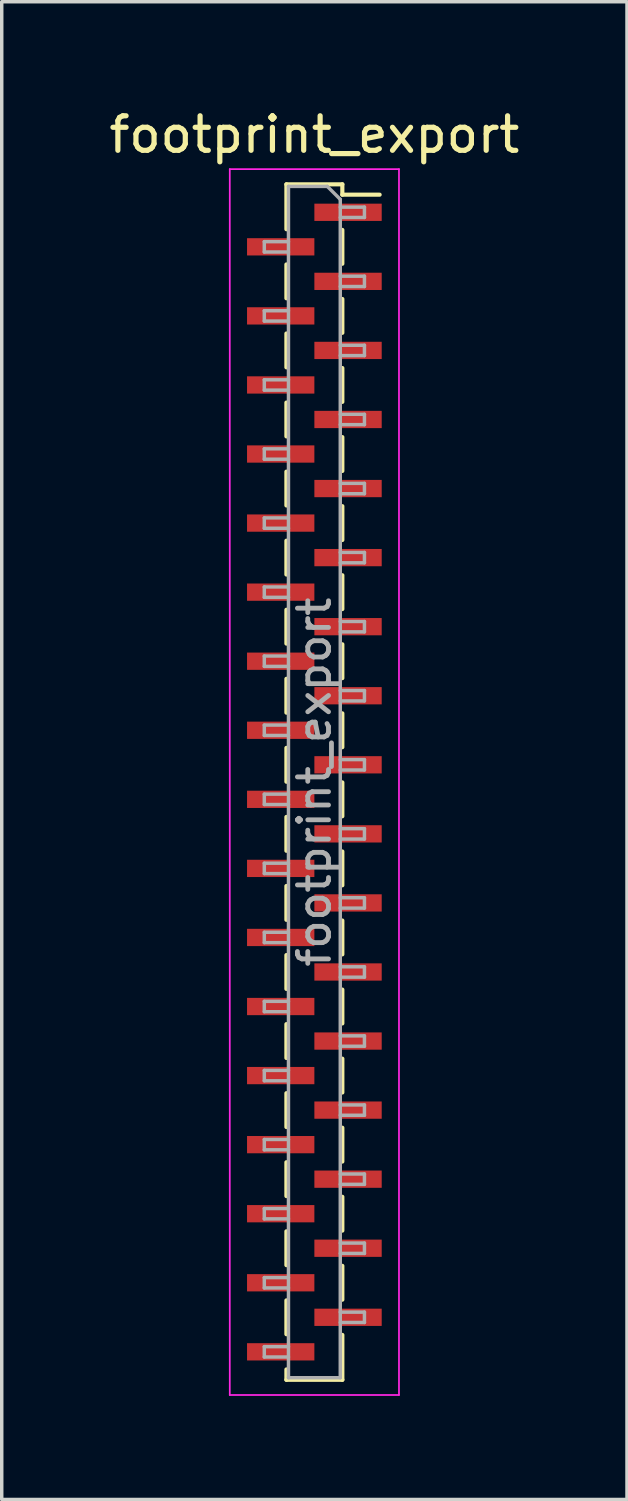
<source format=kicad_pcb>
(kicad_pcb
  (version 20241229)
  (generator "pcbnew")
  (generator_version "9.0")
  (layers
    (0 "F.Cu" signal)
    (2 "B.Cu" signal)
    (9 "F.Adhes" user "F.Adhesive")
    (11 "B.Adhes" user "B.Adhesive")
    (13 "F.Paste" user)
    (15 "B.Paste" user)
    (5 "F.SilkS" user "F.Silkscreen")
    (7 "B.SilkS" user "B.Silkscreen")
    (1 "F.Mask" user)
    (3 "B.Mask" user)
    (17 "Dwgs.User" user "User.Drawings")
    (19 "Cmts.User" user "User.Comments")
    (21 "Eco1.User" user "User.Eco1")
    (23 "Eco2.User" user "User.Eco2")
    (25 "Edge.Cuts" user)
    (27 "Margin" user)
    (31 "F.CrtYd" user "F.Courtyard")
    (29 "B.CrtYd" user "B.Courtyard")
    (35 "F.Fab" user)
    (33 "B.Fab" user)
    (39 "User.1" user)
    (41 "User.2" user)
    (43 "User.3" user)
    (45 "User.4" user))
  (footprint "footprint_export"
    (layer "F.Cu")
    (at 6.054 19.598)
    (property "Reference" "footprint_export" (at 0 -18.75 0) (layer "F.SilkS") (effects (font (size 1 1) (thickness 0.15))))
    (attr smd)
    (fp_line (start -0.81 -17.31) (end -0.81 -16.01) (stroke (width 0.12) (type solid)) (layer "F.SilkS"))
    (fp_line (start -0.81 -17.31) (end 0.81 -17.31) (stroke (width 0.12) (type solid)) (layer "F.SilkS"))
    (fp_line (start -0.81 -14.99) (end -0.81 -14.01) (stroke (width 0.12) (type solid)) (layer "F.SilkS"))
    (fp_line (start -0.81 -12.99) (end -0.81 -12.01) (stroke (width 0.12) (type solid)) (layer "F.SilkS"))
    (fp_line (start -0.81 -10.99) (end -0.81 -10.01) (stroke (width 0.12) (type solid)) (layer "F.SilkS"))
    (fp_line (start -0.81 -8.99) (end -0.81 -8.01) (stroke (width 0.12) (type solid)) (layer "F.SilkS"))
    (fp_line (start -0.81 -6.99) (end -0.81 -6.01) (stroke (width 0.12) (type solid)) (layer "F.SilkS"))
    (fp_line (start -0.81 -4.99) (end -0.81 -4.01) (stroke (width 0.12) (type solid)) (layer "F.SilkS"))
    (fp_line (start -0.81 -2.99) (end -0.81 -2.01) (stroke (width 0.12) (type solid)) (layer "F.SilkS"))
    (fp_line (start -0.81 -0.99) (end -0.81 -0.01) (stroke (width 0.12) (type solid)) (layer "F.SilkS"))
    (fp_line (start -0.81 1.01) (end -0.81 1.99) (stroke (width 0.12) (type solid)) (layer "F.SilkS"))
    (fp_line (start -0.81 3.01) (end -0.81 3.99) (stroke (width 0.12) (type solid)) (layer "F.SilkS"))
    (fp_line (start -0.81 5.01) (end -0.81 5.99) (stroke (width 0.12) (type solid)) (layer "F.SilkS"))
    (fp_line (start -0.81 7.01) (end -0.81 7.99) (stroke (width 0.12) (type solid)) (layer "F.SilkS"))
    (fp_line (start -0.81 9.01) (end -0.81 9.99) (stroke (width 0.12) (type solid)) (layer "F.SilkS"))
    (fp_line (start -0.81 11.01) (end -0.81 11.99) (stroke (width 0.12) (type solid)) (layer "F.SilkS"))
    (fp_line (start -0.81 13.01) (end -0.81 13.99) (stroke (width 0.12) (type solid)) (layer "F.SilkS"))
    (fp_line (start -0.81 15.01) (end -0.81 15.99) (stroke (width 0.12) (type solid)) (layer "F.SilkS"))
    (fp_line (start -0.81 17.01) (end -0.81 17.31) (stroke (width 0.12) (type solid)) (layer "F.SilkS"))
    (fp_line (start -0.81 17.31) (end 0.81 17.31) (stroke (width 0.12) (type solid)) (layer "F.SilkS"))
    (fp_line (start 0.81 -17.31) (end 0.81 -17.01) (stroke (width 0.12) (type solid)) (layer "F.SilkS"))
    (fp_line (start 0.81 -17.01) (end 1.89 -17.01) (stroke (width 0.12) (type solid)) (layer "F.SilkS"))
    (fp_line (start 0.81 -15.99) (end 0.81 -15.01) (stroke (width 0.12) (type solid)) (layer "F.SilkS"))
    (fp_line (start 0.81 -13.99) (end 0.81 -13.01) (stroke (width 0.12) (type solid)) (layer "F.SilkS"))
    (fp_line (start 0.81 -11.99) (end 0.81 -11.01) (stroke (width 0.12) (type solid)) (layer "F.SilkS"))
    (fp_line (start 0.81 -9.99) (end 0.81 -9.01) (stroke (width 0.12) (type solid)) (layer "F.SilkS"))
    (fp_line (start 0.81 -7.99) (end 0.81 -7.01) (stroke (width 0.12) (type solid)) (layer "F.SilkS"))
    (fp_line (start 0.81 -5.99) (end 0.81 -5.01) (stroke (width 0.12) (type solid)) (layer "F.SilkS"))
    (fp_line (start 0.81 -3.99) (end 0.81 -3.01) (stroke (width 0.12) (type solid)) (layer "F.SilkS"))
    (fp_line (start 0.81 -1.99) (end 0.81 -1.01) (stroke (width 0.12) (type solid)) (layer "F.SilkS"))
    (fp_line (start 0.81 0.01) (end 0.81 0.99) (stroke (width 0.12) (type solid)) (layer "F.SilkS"))
    (fp_line (start 0.81 2.01) (end 0.81 2.99) (stroke (width 0.12) (type solid)) (layer "F.SilkS"))
    (fp_line (start 0.81 4.01) (end 0.81 4.99) (stroke (width 0.12) (type solid)) (layer "F.SilkS"))
    (fp_line (start 0.81 6.01) (end 0.81 6.99) (stroke (width 0.12) (type solid)) (layer "F.SilkS"))
    (fp_line (start 0.81 8.01) (end 0.81 8.99) (stroke (width 0.12) (type solid)) (layer "F.SilkS"))
    (fp_line (start 0.81 10.01) (end 0.81 10.99) (stroke (width 0.12) (type solid)) (layer "F.SilkS"))
    (fp_line (start 0.81 12.01) (end 0.81 12.99) (stroke (width 0.12) (type solid)) (layer "F.SilkS"))
    (fp_line (start 0.81 14.01) (end 0.81 14.99) (stroke (width 0.12) (type solid)) (layer "F.SilkS"))
    (fp_line (start 0.81 16.01) (end 0.81 17.31) (stroke (width 0.12) (type solid)) (layer "F.SilkS"))
    (fp_line (start -2.45 -17.75) (end 2.45 -17.75) (stroke (width 0.05) (type solid)) (layer "F.CrtYd"))
    (fp_line (start -2.45 17.75) (end -2.45 -17.75) (stroke (width 0.05) (type solid)) (layer "F.CrtYd"))
    (fp_line (start 2.45 -17.75) (end 2.45 17.75) (stroke (width 0.05) (type solid)) (layer "F.CrtYd"))
    (fp_line (start 2.45 17.75) (end -2.45 17.75) (stroke (width 0.05) (type solid)) (layer "F.CrtYd"))
    (fp_line (start -1.45 -15.65) (end -0.75 -15.65) (stroke (width 0.1) (type solid)) (layer "F.Fab"))
    (fp_line (start -1.45 -15.35) (end -1.45 -15.65) (stroke (width 0.1) (type solid)) (layer "F.Fab"))
    (fp_line (start -1.45 -13.65) (end -0.75 -13.65) (stroke (width 0.1) (type solid)) (layer "F.Fab"))
    (fp_line (start -1.45 -13.35) (end -1.45 -13.65) (stroke (width 0.1) (type solid)) (layer "F.Fab"))
    (fp_line (start -1.45 -11.65) (end -0.75 -11.65) (stroke (width 0.1) (type solid)) (layer "F.Fab"))
    (fp_line (start -1.45 -11.35) (end -1.45 -11.65) (stroke (width 0.1) (type solid)) (layer "F.Fab"))
    (fp_line (start -1.45 -9.65) (end -0.75 -9.65) (stroke (width 0.1) (type solid)) (layer "F.Fab"))
    (fp_line (start -1.45 -9.35) (end -1.45 -9.65) (stroke (width 0.1) (type solid)) (layer "F.Fab"))
    (fp_line (start -1.45 -7.65) (end -0.75 -7.65) (stroke (width 0.1) (type solid)) (layer "F.Fab"))
    (fp_line (start -1.45 -7.35) (end -1.45 -7.65) (stroke (width 0.1) (type solid)) (layer "F.Fab"))
    (fp_line (start -1.45 -5.65) (end -0.75 -5.65) (stroke (width 0.1) (type solid)) (layer "F.Fab"))
    (fp_line (start -1.45 -5.35) (end -1.45 -5.65) (stroke (width 0.1) (type solid)) (layer "F.Fab"))
    (fp_line (start -1.45 -3.65) (end -0.75 -3.65) (stroke (width 0.1) (type solid)) (layer "F.Fab"))
    (fp_line (start -1.45 -3.35) (end -1.45 -3.65) (stroke (width 0.1) (type solid)) (layer "F.Fab"))
    (fp_line (start -1.45 -1.65) (end -0.75 -1.65) (stroke (width 0.1) (type solid)) (layer "F.Fab"))
    (fp_line (start -1.45 -1.35) (end -1.45 -1.65) (stroke (width 0.1) (type solid)) (layer "F.Fab"))
    (fp_line (start -1.45 0.35) (end -0.75 0.35) (stroke (width 0.1) (type solid)) (layer "F.Fab"))
    (fp_line (start -1.45 0.65) (end -1.45 0.35) (stroke (width 0.1) (type solid)) (layer "F.Fab"))
    (fp_line (start -1.45 2.35) (end -0.75 2.35) (stroke (width 0.1) (type solid)) (layer "F.Fab"))
    (fp_line (start -1.45 2.65) (end -1.45 2.35) (stroke (width 0.1) (type solid)) (layer "F.Fab"))
    (fp_line (start -1.45 4.35) (end -0.75 4.35) (stroke (width 0.1) (type solid)) (layer "F.Fab"))
    (fp_line (start -1.45 4.65) (end -1.45 4.35) (stroke (width 0.1) (type solid)) (layer "F.Fab"))
    (fp_line (start -1.45 6.35) (end -0.75 6.35) (stroke (width 0.1) (type solid)) (layer "F.Fab"))
    (fp_line (start -1.45 6.65) (end -1.45 6.35) (stroke (width 0.1) (type solid)) (layer "F.Fab"))
    (fp_line (start -1.45 8.35) (end -0.75 8.35) (stroke (width 0.1) (type solid)) (layer "F.Fab"))
    (fp_line (start -1.45 8.65) (end -1.45 8.35) (stroke (width 0.1) (type solid)) (layer "F.Fab"))
    (fp_line (start -1.45 10.35) (end -0.75 10.35) (stroke (width 0.1) (type solid)) (layer "F.Fab"))
    (fp_line (start -1.45 10.65) (end -1.45 10.35) (stroke (width 0.1) (type solid)) (layer "F.Fab"))
    (fp_line (start -1.45 12.35) (end -0.75 12.35) (stroke (width 0.1) (type solid)) (layer "F.Fab"))
    (fp_line (start -1.45 12.65) (end -1.45 12.35) (stroke (width 0.1) (type solid)) (layer "F.Fab"))
    (fp_line (start -1.45 14.35) (end -0.75 14.35) (stroke (width 0.1) (type solid)) (layer "F.Fab"))
    (fp_line (start -1.45 14.65) (end -1.45 14.35) (stroke (width 0.1) (type solid)) (layer "F.Fab"))
    (fp_line (start -1.45 16.35) (end -0.75 16.35) (stroke (width 0.1) (type solid)) (layer "F.Fab"))
    (fp_line (start -1.45 16.65) (end -1.45 16.35) (stroke (width 0.1) (type solid)) (layer "F.Fab"))
    (fp_line (start -0.75 -17.25) (end 0.375 -17.25) (stroke (width 0.1) (type solid)) (layer "F.Fab"))
    (fp_line (start -0.75 -15.35) (end -1.45 -15.35) (stroke (width 0.1) (type solid)) (layer "F.Fab"))
    (fp_line (start -0.75 -13.35) (end -1.45 -13.35) (stroke (width 0.1) (type solid)) (layer "F.Fab"))
    (fp_line (start -0.75 -11.35) (end -1.45 -11.35) (stroke (width 0.1) (type solid)) (layer "F.Fab"))
    (fp_line (start -0.75 -9.35) (end -1.45 -9.35) (stroke (width 0.1) (type solid)) (layer "F.Fab"))
    (fp_line (start -0.75 -7.35) (end -1.45 -7.35) (stroke (width 0.1) (type solid)) (layer "F.Fab"))
    (fp_line (start -0.75 -5.35) (end -1.45 -5.35) (stroke (width 0.1) (type solid)) (layer "F.Fab"))
    (fp_line (start -0.75 -3.35) (end -1.45 -3.35) (stroke (width 0.1) (type solid)) (layer "F.Fab"))
    (fp_line (start -0.75 -1.35) (end -1.45 -1.35) (stroke (width 0.1) (type solid)) (layer "F.Fab"))
    (fp_line (start -0.75 0.65) (end -1.45 0.65) (stroke (width 0.1) (type solid)) (layer "F.Fab"))
    (fp_line (start -0.75 2.65) (end -1.45 2.65) (stroke (width 0.1) (type solid)) (layer "F.Fab"))
    (fp_line (start -0.75 4.65) (end -1.45 4.65) (stroke (width 0.1) (type solid)) (layer "F.Fab"))
    (fp_line (start -0.75 6.65) (end -1.45 6.65) (stroke (width 0.1) (type solid)) (layer "F.Fab"))
    (fp_line (start -0.75 8.65) (end -1.45 8.65) (stroke (width 0.1) (type solid)) (layer "F.Fab"))
    (fp_line (start -0.75 10.65) (end -1.45 10.65) (stroke (width 0.1) (type solid)) (layer "F.Fab"))
    (fp_line (start -0.75 12.65) (end -1.45 12.65) (stroke (width 0.1) (type solid)) (layer "F.Fab"))
    (fp_line (start -0.75 14.65) (end -1.45 14.65) (stroke (width 0.1) (type solid)) (layer "F.Fab"))
    (fp_line (start -0.75 16.65) (end -1.45 16.65) (stroke (width 0.1) (type solid)) (layer "F.Fab"))
    (fp_line (start -0.75 17.25) (end -0.75 -17.25) (stroke (width 0.1) (type solid)) (layer "F.Fab"))
    (fp_line (start 0.375 -17.25) (end 0.75 -16.875) (stroke (width 0.1) (type solid)) (layer "F.Fab"))
    (fp_line (start 0.75 -16.875) (end 0.75 17.25) (stroke (width 0.1) (type solid)) (layer "F.Fab"))
    (fp_line (start 0.75 -16.65) (end 1.45 -16.65) (stroke (width 0.1) (type solid)) (layer "F.Fab"))
    (fp_line (start 0.75 -14.65) (end 1.45 -14.65) (stroke (width 0.1) (type solid)) (layer "F.Fab"))
    (fp_line (start 0.75 -12.65) (end 1.45 -12.65) (stroke (width 0.1) (type solid)) (layer "F.Fab"))
    (fp_line (start 0.75 -10.65) (end 1.45 -10.65) (stroke (width 0.1) (type solid)) (layer "F.Fab"))
    (fp_line (start 0.75 -8.65) (end 1.45 -8.65) (stroke (width 0.1) (type solid)) (layer "F.Fab"))
    (fp_line (start 0.75 -6.65) (end 1.45 -6.65) (stroke (width 0.1) (type solid)) (layer "F.Fab"))
    (fp_line (start 0.75 -4.65) (end 1.45 -4.65) (stroke (width 0.1) (type solid)) (layer "F.Fab"))
    (fp_line (start 0.75 -2.65) (end 1.45 -2.65) (stroke (width 0.1) (type solid)) (layer "F.Fab"))
    (fp_line (start 0.75 -0.65) (end 1.45 -0.65) (stroke (width 0.1) (type solid)) (layer "F.Fab"))
    (fp_line (start 0.75 1.35) (end 1.45 1.35) (stroke (width 0.1) (type solid)) (layer "F.Fab"))
    (fp_line (start 0.75 3.35) (end 1.45 3.35) (stroke (width 0.1) (type solid)) (layer "F.Fab"))
    (fp_line (start 0.75 5.35) (end 1.45 5.35) (stroke (width 0.1) (type solid)) (layer "F.Fab"))
    (fp_line (start 0.75 7.35) (end 1.45 7.35) (stroke (width 0.1) (type solid)) (layer "F.Fab"))
    (fp_line (start 0.75 9.35) (end 1.45 9.35) (stroke (width 0.1) (type solid)) (layer "F.Fab"))
    (fp_line (start 0.75 11.35) (end 1.45 11.35) (stroke (width 0.1) (type solid)) (layer "F.Fab"))
    (fp_line (start 0.75 13.35) (end 1.45 13.35) (stroke (width 0.1) (type solid)) (layer "F.Fab"))
    (fp_line (start 0.75 15.35) (end 1.45 15.35) (stroke (width 0.1) (type solid)) (layer "F.Fab"))
    (fp_line (start 0.75 17.25) (end -0.75 17.25) (stroke (width 0.1) (type solid)) (layer "F.Fab"))
    (fp_line (start 1.45 -16.65) (end 1.45 -16.35) (stroke (width 0.1) (type solid)) (layer "F.Fab"))
    (fp_line (start 1.45 -16.35) (end 0.75 -16.35) (stroke (width 0.1) (type solid)) (layer "F.Fab"))
    (fp_line (start 1.45 -14.65) (end 1.45 -14.35) (stroke (width 0.1) (type solid)) (layer "F.Fab"))
    (fp_line (start 1.45 -14.35) (end 0.75 -14.35) (stroke (width 0.1) (type solid)) (layer "F.Fab"))
    (fp_line (start 1.45 -12.65) (end 1.45 -12.35) (stroke (width 0.1) (type solid)) (layer "F.Fab"))
    (fp_line (start 1.45 -12.35) (end 0.75 -12.35) (stroke (width 0.1) (type solid)) (layer "F.Fab"))
    (fp_line (start 1.45 -10.65) (end 1.45 -10.35) (stroke (width 0.1) (type solid)) (layer "F.Fab"))
    (fp_line (start 1.45 -10.35) (end 0.75 -10.35) (stroke (width 0.1) (type solid)) (layer "F.Fab"))
    (fp_line (start 1.45 -8.65) (end 1.45 -8.35) (stroke (width 0.1) (type solid)) (layer "F.Fab"))
    (fp_line (start 1.45 -8.35) (end 0.75 -8.35) (stroke (width 0.1) (type solid)) (layer "F.Fab"))
    (fp_line (start 1.45 -6.65) (end 1.45 -6.35) (stroke (width 0.1) (type solid)) (layer "F.Fab"))
    (fp_line (start 1.45 -6.35) (end 0.75 -6.35) (stroke (width 0.1) (type solid)) (layer "F.Fab"))
    (fp_line (start 1.45 -4.65) (end 1.45 -4.35) (stroke (width 0.1) (type solid)) (layer "F.Fab"))
    (fp_line (start 1.45 -4.35) (end 0.75 -4.35) (stroke (width 0.1) (type solid)) (layer "F.Fab"))
    (fp_line (start 1.45 -2.65) (end 1.45 -2.35) (stroke (width 0.1) (type solid)) (layer "F.Fab"))
    (fp_line (start 1.45 -2.35) (end 0.75 -2.35) (stroke (width 0.1) (type solid)) (layer "F.Fab"))
    (fp_line (start 1.45 -0.65) (end 1.45 -0.35) (stroke (width 0.1) (type solid)) (layer "F.Fab"))
    (fp_line (start 1.45 -0.35) (end 0.75 -0.35) (stroke (width 0.1) (type solid)) (layer "F.Fab"))
    (fp_line (start 1.45 1.35) (end 1.45 1.65) (stroke (width 0.1) (type solid)) (layer "F.Fab"))
    (fp_line (start 1.45 1.65) (end 0.75 1.65) (stroke (width 0.1) (type solid)) (layer "F.Fab"))
    (fp_line (start 1.45 3.35) (end 1.45 3.65) (stroke (width 0.1) (type solid)) (layer "F.Fab"))
    (fp_line (start 1.45 3.65) (end 0.75 3.65) (stroke (width 0.1) (type solid)) (layer "F.Fab"))
    (fp_line (start 1.45 5.35) (end 1.45 5.65) (stroke (width 0.1) (type solid)) (layer "F.Fab"))
    (fp_line (start 1.45 5.65) (end 0.75 5.65) (stroke (width 0.1) (type solid)) (layer "F.Fab"))
    (fp_line (start 1.45 7.35) (end 1.45 7.65) (stroke (width 0.1) (type solid)) (layer "F.Fab"))
    (fp_line (start 1.45 7.65) (end 0.75 7.65) (stroke (width 0.1) (type solid)) (layer "F.Fab"))
    (fp_line (start 1.45 9.35) (end 1.45 9.65) (stroke (width 0.1) (type solid)) (layer "F.Fab"))
    (fp_line (start 1.45 9.65) (end 0.75 9.65) (stroke (width 0.1) (type solid)) (layer "F.Fab"))
    (fp_line (start 1.45 11.35) (end 1.45 11.65) (stroke (width 0.1) (type solid)) (layer "F.Fab"))
    (fp_line (start 1.45 11.65) (end 0.75 11.65) (stroke (width 0.1) (type solid)) (layer "F.Fab"))
    (fp_line (start 1.45 13.35) (end 1.45 13.65) (stroke (width 0.1) (type solid)) (layer "F.Fab"))
    (fp_line (start 1.45 13.65) (end 0.75 13.65) (stroke (width 0.1) (type solid)) (layer "F.Fab"))
    (fp_line (start 1.45 15.35) (end 1.45 15.65) (stroke (width 0.1) (type solid)) (layer "F.Fab"))
    (fp_line (start 1.45 15.65) (end 0.75 15.65) (stroke (width 0.1) (type solid)) (layer "F.Fab"))
    (fp_text user "${REFERENCE}" (at 0 0 90) (layer "F.Fab") (effects (font (size 0.9 0.9) (thickness 0.14))))
    (pad "1" smd rect (at 0.975 -16.5) (size 1.95 0.5) (layers "F.Cu" "F.Mask" "F.Paste"))
    (pad "2" smd rect (at -0.975 -15.5) (size 1.95 0.5) (layers "F.Cu" "F.Mask" "F.Paste"))
    (pad "3" smd rect (at 0.975 -14.5) (size 1.95 0.5) (layers "F.Cu" "F.Mask" "F.Paste"))
    (pad "4" smd rect (at -0.975 -13.5) (size 1.95 0.5) (layers "F.Cu" "F.Mask" "F.Paste"))
    (pad "5" smd rect (at 0.975 -12.5) (size 1.95 0.5) (layers "F.Cu" "F.Mask" "F.Paste"))
    (pad "6" smd rect (at -0.975 -11.5) (size 1.95 0.5) (layers "F.Cu" "F.Mask" "F.Paste"))
    (pad "7" smd rect (at 0.975 -10.5) (size 1.95 0.5) (layers "F.Cu" "F.Mask" "F.Paste"))
    (pad "8" smd rect (at -0.975 -9.5) (size 1.95 0.5) (layers "F.Cu" "F.Mask" "F.Paste"))
    (pad "9" smd rect (at 0.975 -8.5) (size 1.95 0.5) (layers "F.Cu" "F.Mask" "F.Paste"))
    (pad "10" smd rect (at -0.975 -7.5) (size 1.95 0.5) (layers "F.Cu" "F.Mask" "F.Paste"))
    (pad "11" smd rect (at 0.975 -6.5) (size 1.95 0.5) (layers "F.Cu" "F.Mask" "F.Paste"))
    (pad "12" smd rect (at -0.975 -5.5) (size 1.95 0.5) (layers "F.Cu" "F.Mask" "F.Paste"))
    (pad "13" smd rect (at 0.975 -4.5) (size 1.95 0.5) (layers "F.Cu" "F.Mask" "F.Paste"))
    (pad "14" smd rect (at -0.975 -3.5) (size 1.95 0.5) (layers "F.Cu" "F.Mask" "F.Paste"))
    (pad "15" smd rect (at 0.975 -2.5) (size 1.95 0.5) (layers "F.Cu" "F.Mask" "F.Paste"))
    (pad "16" smd rect (at -0.975 -1.5) (size 1.95 0.5) (layers "F.Cu" "F.Mask" "F.Paste"))
    (pad "17" smd rect (at 0.975 -0.5) (size 1.95 0.5) (layers "F.Cu" "F.Mask" "F.Paste"))
    (pad "18" smd rect (at -0.975 0.5) (size 1.95 0.5) (layers "F.Cu" "F.Mask" "F.Paste"))
    (pad "19" smd rect (at 0.975 1.5) (size 1.95 0.5) (layers "F.Cu" "F.Mask" "F.Paste"))
    (pad "20" smd rect (at -0.975 2.5) (size 1.95 0.5) (layers "F.Cu" "F.Mask" "F.Paste"))
    (pad "21" smd rect (at 0.975 3.5) (size 1.95 0.5) (layers "F.Cu" "F.Mask" "F.Paste"))
    (pad "22" smd rect (at -0.975 4.5) (size 1.95 0.5) (layers "F.Cu" "F.Mask" "F.Paste"))
    (pad "23" smd rect (at 0.975 5.5) (size 1.95 0.5) (layers "F.Cu" "F.Mask" "F.Paste"))
    (pad "24" smd rect (at -0.975 6.5) (size 1.95 0.5) (layers "F.Cu" "F.Mask" "F.Paste"))
    (pad "25" smd rect (at 0.975 7.5) (size 1.95 0.5) (layers "F.Cu" "F.Mask" "F.Paste"))
    (pad "26" smd rect (at -0.975 8.5) (size 1.95 0.5) (layers "F.Cu" "F.Mask" "F.Paste"))
    (pad "27" smd rect (at 0.975 9.5) (size 1.95 0.5) (layers "F.Cu" "F.Mask" "F.Paste"))
    (pad "28" smd rect (at -0.975 10.5) (size 1.95 0.5) (layers "F.Cu" "F.Mask" "F.Paste"))
    (pad "29" smd rect (at 0.975 11.5) (size 1.95 0.5) (layers "F.Cu" "F.Mask" "F.Paste"))
    (pad "30" smd rect (at -0.975 12.5) (size 1.95 0.5) (layers "F.Cu" "F.Mask" "F.Paste"))
    (pad "31" smd rect (at 0.975 13.5) (size 1.95 0.5) (layers "F.Cu" "F.Mask" "F.Paste"))
    (pad "32" smd rect (at -0.975 14.5) (size 1.95 0.5) (layers "F.Cu" "F.Mask" "F.Paste"))
    (pad "33" smd rect (at 0.975 15.5) (size 1.95 0.5) (layers "F.Cu" "F.Mask" "F.Paste"))
    (pad "34" smd rect (at -0.975 16.5) (size 1.95 0.5) (layers "F.Cu" "F.Mask" "F.Paste")))
  (gr_rect
    (start -3 -3)
    (end 15.107 40.373)
    (stroke (width 0.1) (type default))
    (fill no)
    (layer "Edge.Cuts")))
</source>
